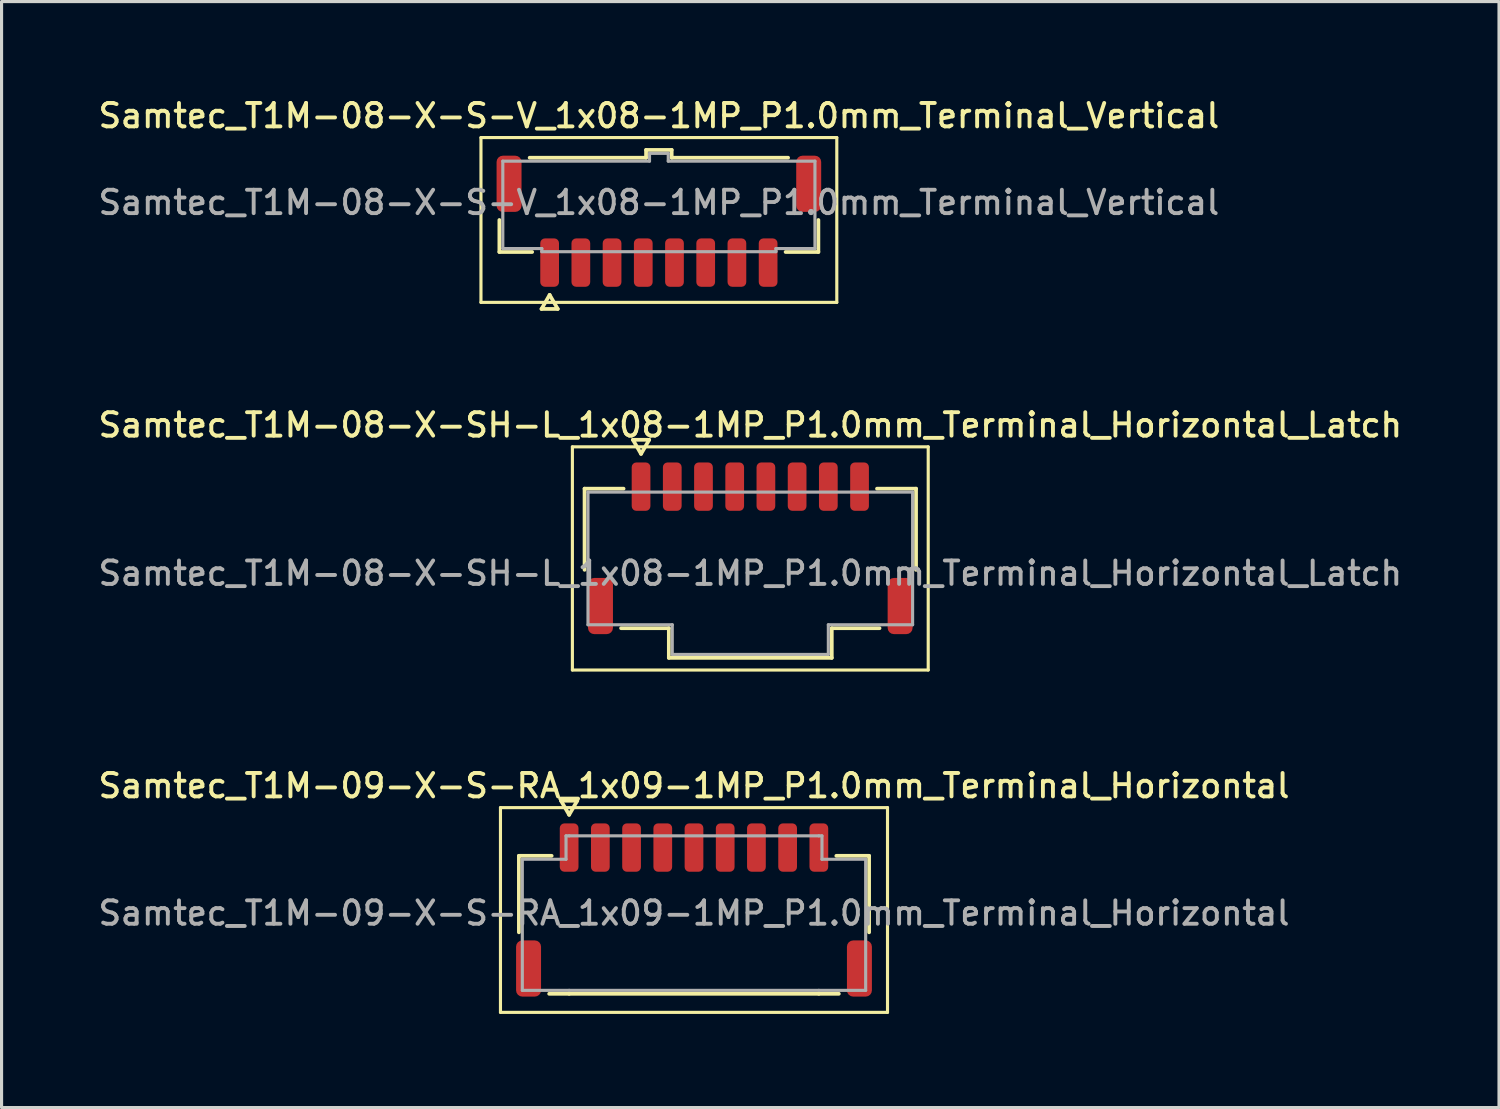
<source format=kicad_pcb>
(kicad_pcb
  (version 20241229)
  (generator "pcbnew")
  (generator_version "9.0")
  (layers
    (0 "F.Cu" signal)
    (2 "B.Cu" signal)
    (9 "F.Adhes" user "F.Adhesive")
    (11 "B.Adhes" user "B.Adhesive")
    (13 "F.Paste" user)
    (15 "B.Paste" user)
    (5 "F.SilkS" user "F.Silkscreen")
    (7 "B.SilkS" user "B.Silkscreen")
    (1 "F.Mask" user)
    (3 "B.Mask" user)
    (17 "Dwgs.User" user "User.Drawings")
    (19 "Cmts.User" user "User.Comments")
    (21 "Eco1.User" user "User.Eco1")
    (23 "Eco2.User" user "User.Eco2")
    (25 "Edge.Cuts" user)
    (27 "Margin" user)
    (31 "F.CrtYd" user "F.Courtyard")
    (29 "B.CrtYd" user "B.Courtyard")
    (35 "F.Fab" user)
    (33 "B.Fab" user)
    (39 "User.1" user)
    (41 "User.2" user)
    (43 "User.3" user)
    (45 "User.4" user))
  (footprint "Samtec_T1M-08-X-SH-L_1x08-1MP_P1.0mm_Terminal_Horizontal_Latch"
    (layer "F.Cu")
    (at 20.988 15.316)
    (property "Reference" "Samtec_T1M-08-X-SH-L_1x08-1MP_P1.0mm_Terminal_Horizontal_Latch" (at 0 -4.75 0) (layer "F.SilkS") (effects (font (size 0.75 0.75) (thickness 0.125))))
    (attr smd)
    (fp_line (start -5.7 -4.05) (end -5.7 3.1) (stroke (width 0.1) (type solid)) (layer "F.SilkS"))
    (fp_line (start -5.7 3.1) (end 5.7 3.1) (stroke (width 0.1) (type solid)) (layer "F.SilkS"))
    (fp_line (start -5.31 -2.71) (end -4.06 -2.71) (stroke (width 0.12) (type solid)) (layer "F.SilkS"))
    (fp_line (start -5.31 -0.11) (end -5.31 -2.71) (stroke (width 0.12) (type solid)) (layer "F.SilkS"))
    (fp_line (start -3.76 -4.275) (end -3.5 -3.825) (stroke (width 0.12) (type solid)) (layer "F.SilkS"))
    (fp_line (start -3.5 -3.825) (end -3.24 -4.275) (stroke (width 0.12) (type solid)) (layer "F.SilkS"))
    (fp_line (start -3.24 -4.275) (end -3.76 -4.275) (stroke (width 0.12) (type solid)) (layer "F.SilkS"))
    (fp_line (start -2.61 1.76) (end -4.14 1.76) (stroke (width 0.12) (type solid)) (layer "F.SilkS"))
    (fp_line (start -2.61 2.71) (end -2.61 1.76) (stroke (width 0.12) (type solid)) (layer "F.SilkS"))
    (fp_line (start 2.61 1.76) (end 2.61 2.71) (stroke (width 0.12) (type solid)) (layer "F.SilkS"))
    (fp_line (start 2.61 2.71) (end -2.61 2.71) (stroke (width 0.12) (type solid)) (layer "F.SilkS"))
    (fp_line (start 4.06 -2.71) (end 5.31 -2.71) (stroke (width 0.12) (type solid)) (layer "F.SilkS"))
    (fp_line (start 4.14 1.76) (end 2.61 1.76) (stroke (width 0.12) (type solid)) (layer "F.SilkS"))
    (fp_line (start 5.31 -2.71) (end 5.31 -0.11) (stroke (width 0.12) (type solid)) (layer "F.SilkS"))
    (fp_line (start 5.7 -4.05) (end -5.7 -4.05) (stroke (width 0.1) (type solid)) (layer "F.SilkS"))
    (fp_line (start 5.7 3.1) (end 5.7 -4.05) (stroke (width 0.1) (type solid)) (layer "F.SilkS"))
    (fp_line (start -5.2 -2.6) (end 5.2 -2.6) (stroke (width 0.1) (type solid)) (layer "F.Fab"))
    (fp_line (start -5.2 1.65) (end -5.2 -2.6) (stroke (width 0.1) (type solid)) (layer "F.Fab"))
    (fp_line (start -2.5 1.65) (end -5.2 1.65) (stroke (width 0.1) (type solid)) (layer "F.Fab"))
    (fp_line (start -2.5 2.6) (end -2.5 1.65) (stroke (width 0.1) (type solid)) (layer "F.Fab"))
    (fp_line (start 2.5 1.65) (end 2.5 2.6) (stroke (width 0.1) (type solid)) (layer "F.Fab"))
    (fp_line (start 2.5 2.6) (end -2.5 2.6) (stroke (width 0.1) (type solid)) (layer "F.Fab"))
    (fp_line (start 5.2 -2.6) (end 5.2 1.65) (stroke (width 0.1) (type solid)) (layer "F.Fab"))
    (fp_line (start 5.2 1.65) (end 2.5 1.65) (stroke (width 0.1) (type solid)) (layer "F.Fab"))
    (fp_text user "${REFERENCE}" (at 0 0 0) (layer "F.Fab") (effects (font (size 0.75 0.75) (thickness 0.125))))
    (pad "1" smd roundrect (at -3.5 -2.775) (size 0.6 1.55) (layers "F.Cu" "F.Mask" "F.Paste") (roundrect_rratio 0.25))
    (pad "2" smd roundrect (at -2.5 -2.775) (size 0.6 1.55) (layers "F.Cu" "F.Mask" "F.Paste") (roundrect_rratio 0.25))
    (pad "3" smd roundrect (at -1.5 -2.775) (size 0.6 1.55) (layers "F.Cu" "F.Mask" "F.Paste") (roundrect_rratio 0.25))
    (pad "4" smd roundrect (at -0.5 -2.775) (size 0.6 1.55) (layers "F.Cu" "F.Mask" "F.Paste") (roundrect_rratio 0.25))
    (pad "5" smd roundrect (at 0.5 -2.775) (size 0.6 1.55) (layers "F.Cu" "F.Mask" "F.Paste") (roundrect_rratio 0.25))
    (pad "6" smd roundrect (at 1.5 -2.775) (size 0.6 1.55) (layers "F.Cu" "F.Mask" "F.Paste") (roundrect_rratio 0.25))
    (pad "7" smd roundrect (at 2.5 -2.775) (size 0.6 1.55) (layers "F.Cu" "F.Mask" "F.Paste") (roundrect_rratio 0.25))
    (pad "8" smd roundrect (at 3.5 -2.775) (size 0.6 1.55) (layers "F.Cu" "F.Mask" "F.Paste") (roundrect_rratio 0.25))
    (pad "MP" smd roundrect (at -4.8 1.05) (size 0.8 1.8) (layers "F.Cu" "F.Mask" "F.Paste") (roundrect_rratio 0.25))
    (pad "MP" smd roundrect (at 4.8 1.05) (size 0.8 1.8) (layers "F.Cu" "F.Mask" "F.Paste") (roundrect_rratio 0.25)))
  (footprint "Samtec_T1M-09-X-S-RA_1x09-1MP_P1.0mm_Terminal_Horizontal"
    (layer "F.Cu")
    (at 19.184 26.204)
    (property "Reference" "Samtec_T1M-09-X-S-RA_1x09-1MP_P1.0mm_Terminal_Horizontal" (at 0 -4.08 0) (layer "F.SilkS") (effects (font (size 0.75 0.75) (thickness 0.125))))
    (attr smd)
    (fp_line (start -6.2 -3.38) (end -6.2 3.18) (stroke (width 0.1) (type solid)) (layer "F.SilkS"))
    (fp_line (start -6.2 3.18) (end 6.2 3.18) (stroke (width 0.1) (type solid)) (layer "F.SilkS"))
    (fp_line (start -5.61 -1.835) (end -4.56 -1.835) (stroke (width 0.12) (type solid)) (layer "F.SilkS"))
    (fp_line (start -5.61 0.615) (end -5.61 -1.835) (stroke (width 0.12) (type solid)) (layer "F.SilkS"))
    (fp_line (start -4.26 -3.6) (end -4 -3.15) (stroke (width 0.12) (type solid)) (layer "F.SilkS"))
    (fp_line (start -4 -3.15) (end -3.74 -3.6) (stroke (width 0.12) (type solid)) (layer "F.SilkS"))
    (fp_line (start -4 2.585) (end -4.64 2.585) (stroke (width 0.12) (type solid)) (layer "F.SilkS"))
    (fp_line (start -3.74 -3.6) (end -4.26 -3.6) (stroke (width 0.12) (type solid)) (layer "F.SilkS"))
    (fp_line (start 4 2.585) (end -4 2.585) (stroke (width 0.12) (type solid)) (layer "F.SilkS"))
    (fp_line (start 4.56 -1.835) (end 5.61 -1.835) (stroke (width 0.12) (type solid)) (layer "F.SilkS"))
    (fp_line (start 4.64 2.585) (end 4 2.585) (stroke (width 0.12) (type solid)) (layer "F.SilkS"))
    (fp_line (start 5.61 -1.835) (end 5.61 0.615) (stroke (width 0.12) (type solid)) (layer "F.SilkS"))
    (fp_line (start 6.2 -3.38) (end -6.2 -3.38) (stroke (width 0.1) (type solid)) (layer "F.SilkS"))
    (fp_line (start 6.2 3.18) (end 6.2 -3.38) (stroke (width 0.1) (type solid)) (layer "F.SilkS"))
    (fp_line (start -5.5 -1.725) (end -4.1 -1.725) (stroke (width 0.1) (type solid)) (layer "F.Fab"))
    (fp_line (start -5.5 2.475) (end -5.5 -1.725) (stroke (width 0.1) (type solid)) (layer "F.Fab"))
    (fp_line (start -4.1 -2.475) (end -4 -2.475) (stroke (width 0.1) (type solid)) (layer "F.Fab"))
    (fp_line (start -4.1 -1.725) (end -4.1 -2.475) (stroke (width 0.1) (type solid)) (layer "F.Fab"))
    (fp_line (start -4 -2.475) (end 4 -2.475) (stroke (width 0.1) (type solid)) (layer "F.Fab"))
    (fp_line (start -4 2.475) (end -5.5 2.475) (stroke (width 0.1) (type solid)) (layer "F.Fab"))
    (fp_line (start 4 -2.475) (end 4.1 -2.475) (stroke (width 0.1) (type solid)) (layer "F.Fab"))
    (fp_line (start 4 2.475) (end -4 2.475) (stroke (width 0.1) (type solid)) (layer "F.Fab"))
    (fp_line (start 4.1 -2.475) (end 4.1 -1.725) (stroke (width 0.1) (type solid)) (layer "F.Fab"))
    (fp_line (start 4.1 -1.725) (end 5.5 -1.725) (stroke (width 0.1) (type solid)) (layer "F.Fab"))
    (fp_line (start 5.5 -1.725) (end 5.5 2.475) (stroke (width 0.1) (type solid)) (layer "F.Fab"))
    (fp_line (start 5.5 2.475) (end 4 2.475) (stroke (width 0.1) (type solid)) (layer "F.Fab"))
    (fp_text user "${REFERENCE}" (at 0 0 0) (layer "F.Fab") (effects (font (size 0.75 0.75) (thickness 0.125))))
    (pad "1" smd roundrect (at -4 -2.1) (size 0.6 1.55) (layers "F.Cu" "F.Mask" "F.Paste") (roundrect_rratio 0.25))
    (pad "2" smd roundrect (at -3 -2.1) (size 0.6 1.55) (layers "F.Cu" "F.Mask" "F.Paste") (roundrect_rratio 0.25))
    (pad "3" smd roundrect (at -2 -2.1) (size 0.6 1.55) (layers "F.Cu" "F.Mask" "F.Paste") (roundrect_rratio 0.25))
    (pad "4" smd roundrect (at -1 -2.1) (size 0.6 1.55) (layers "F.Cu" "F.Mask" "F.Paste") (roundrect_rratio 0.25))
    (pad "5" smd roundrect (at 0 -2.1) (size 0.6 1.55) (layers "F.Cu" "F.Mask" "F.Paste") (roundrect_rratio 0.25))
    (pad "6" smd roundrect (at 1 -2.1) (size 0.6 1.55) (layers "F.Cu" "F.Mask" "F.Paste") (roundrect_rratio 0.25))
    (pad "7" smd roundrect (at 2 -2.1) (size 0.6 1.55) (layers "F.Cu" "F.Mask" "F.Paste") (roundrect_rratio 0.25))
    (pad "8" smd roundrect (at 3 -2.1) (size 0.6 1.55) (layers "F.Cu" "F.Mask" "F.Paste") (roundrect_rratio 0.25))
    (pad "9" smd roundrect (at 4 -2.1) (size 0.6 1.55) (layers "F.Cu" "F.Mask" "F.Paste") (roundrect_rratio 0.25))
    (pad "MP" smd roundrect (at -5.3 1.775) (size 0.8 1.8) (layers "F.Cu" "F.Mask" "F.Paste") (roundrect_rratio 0.25))
    (pad "MP" smd roundrect (at 5.3 1.775) (size 0.8 1.8) (layers "F.Cu" "F.Mask" "F.Paste") (roundrect_rratio 0.25)))
  (footprint "Samtec_T1M-08-X-S-V_1x08-1MP_P1.0mm_Terminal_Vertical"
    (layer "F.Cu")
    (at 18.059 3.438)
    (property "Reference" "Samtec_T1M-08-X-S-V_1x08-1MP_P1.0mm_Terminal_Vertical" (at 0 -2.78 0) (layer "F.SilkS") (effects (font (size 0.75 0.75) (thickness 0.125))))
    (attr smd)
    (fp_line (start -5.7 -2.08) (end -5.7 3.2) (stroke (width 0.1) (type solid)) (layer "F.SilkS"))
    (fp_line (start -5.7 3.2) (end 5.7 3.2) (stroke (width 0.1) (type solid)) (layer "F.SilkS"))
    (fp_line (start -5.11 1.585) (end -5.11 0.56) (stroke (width 0.12) (type solid)) (layer "F.SilkS"))
    (fp_line (start -4.14 -1.435) (end -0.41 -1.435) (stroke (width 0.12) (type solid)) (layer "F.SilkS"))
    (fp_line (start -4.06 1.585) (end -5.11 1.585) (stroke (width 0.12) (type solid)) (layer "F.SilkS"))
    (fp_line (start -3.76 3.41) (end -3.5 2.96) (stroke (width 0.12) (type solid)) (layer "F.SilkS"))
    (fp_line (start -3.5 2.96) (end -3.24 3.41) (stroke (width 0.12) (type solid)) (layer "F.SilkS"))
    (fp_line (start -3.24 3.41) (end -3.76 3.41) (stroke (width 0.12) (type solid)) (layer "F.SilkS"))
    (fp_line (start -0.41 -1.685) (end 0.41 -1.685) (stroke (width 0.12) (type solid)) (layer "F.SilkS"))
    (fp_line (start -0.41 -1.435) (end -0.41 -1.685) (stroke (width 0.12) (type solid)) (layer "F.SilkS"))
    (fp_line (start 0.41 -1.685) (end 0.41 -1.435) (stroke (width 0.12) (type solid)) (layer "F.SilkS"))
    (fp_line (start 0.41 -1.435) (end 4.14 -1.435) (stroke (width 0.12) (type solid)) (layer "F.SilkS"))
    (fp_line (start 5.11 0.56) (end 5.11 1.585) (stroke (width 0.12) (type solid)) (layer "F.SilkS"))
    (fp_line (start 5.11 1.585) (end 4.06 1.585) (stroke (width 0.12) (type solid)) (layer "F.SilkS"))
    (fp_line (start 5.7 -2.08) (end -5.7 -2.08) (stroke (width 0.1) (type solid)) (layer "F.SilkS"))
    (fp_line (start 5.7 3.2) (end 5.7 -2.08) (stroke (width 0.1) (type solid)) (layer "F.SilkS"))
    (fp_line (start -5 -1.325) (end -0.3 -1.325) (stroke (width 0.1) (type solid)) (layer "F.Fab"))
    (fp_line (start -5 1.475) (end -5 -1.325) (stroke (width 0.1) (type solid)) (layer "F.Fab"))
    (fp_line (start -3.75 1.475) (end -5 1.475) (stroke (width 0.1) (type solid)) (layer "F.Fab"))
    (fp_line (start -3.75 1.575) (end -3.75 1.475) (stroke (width 0.1) (type solid)) (layer "F.Fab"))
    (fp_line (start -0.3 -1.575) (end 0.3 -1.575) (stroke (width 0.1) (type solid)) (layer "F.Fab"))
    (fp_line (start -0.3 -1.325) (end -0.3 -1.575) (stroke (width 0.1) (type solid)) (layer "F.Fab"))
    (fp_line (start 0.3 -1.575) (end 0.3 -1.325) (stroke (width 0.1) (type solid)) (layer "F.Fab"))
    (fp_line (start 0.3 -1.325) (end 5 -1.325) (stroke (width 0.1) (type solid)) (layer "F.Fab"))
    (fp_line (start 3.75 1.475) (end 3.75 1.575) (stroke (width 0.1) (type solid)) (layer "F.Fab"))
    (fp_line (start 3.75 1.575) (end -3.75 1.575) (stroke (width 0.1) (type solid)) (layer "F.Fab"))
    (fp_line (start 5 -1.325) (end 5 1.475) (stroke (width 0.1) (type solid)) (layer "F.Fab"))
    (fp_line (start 5 1.475) (end 3.75 1.475) (stroke (width 0.1) (type solid)) (layer "F.Fab"))
    (fp_text user "${REFERENCE}" (at 0 0 0) (layer "F.Fab") (effects (font (size 0.75 0.75) (thickness 0.125))))
    (pad "1" smd roundrect (at -3.5 1.925) (size 0.6 1.55) (layers "F.Cu" "F.Mask" "F.Paste") (roundrect_rratio 0.25))
    (pad "2" smd roundrect (at -2.5 1.925) (size 0.6 1.55) (layers "F.Cu" "F.Mask" "F.Paste") (roundrect_rratio 0.25))
    (pad "3" smd roundrect (at -1.5 1.925) (size 0.6 1.55) (layers "F.Cu" "F.Mask" "F.Paste") (roundrect_rratio 0.25))
    (pad "4" smd roundrect (at -0.5 1.925) (size 0.6 1.55) (layers "F.Cu" "F.Mask" "F.Paste") (roundrect_rratio 0.25))
    (pad "5" smd roundrect (at 0.5 1.925) (size 0.6 1.55) (layers "F.Cu" "F.Mask" "F.Paste") (roundrect_rratio 0.25))
    (pad "6" smd roundrect (at 1.5 1.925) (size 0.6 1.55) (layers "F.Cu" "F.Mask" "F.Paste") (roundrect_rratio 0.25))
    (pad "7" smd roundrect (at 2.5 1.925) (size 0.6 1.55) (layers "F.Cu" "F.Mask" "F.Paste") (roundrect_rratio 0.25))
    (pad "8" smd roundrect (at 3.5 1.925) (size 0.6 1.55) (layers "F.Cu" "F.Mask" "F.Paste") (roundrect_rratio 0.25))
    (pad "MP" smd roundrect (at -4.8 -0.6) (size 0.8 1.8) (layers "F.Cu" "F.Mask" "F.Paste") (roundrect_rratio 0.25))
    (pad "MP" smd roundrect (at 4.8 -0.6) (size 0.8 1.8) (layers "F.Cu" "F.Mask" "F.Paste") (roundrect_rratio 0.25)))
  (gr_rect
    (start -3 -3)
    (end 44.975 32.434)
    (stroke (width 0.1) (type default))
    (fill no)
    (layer "Edge.Cuts")))
</source>
